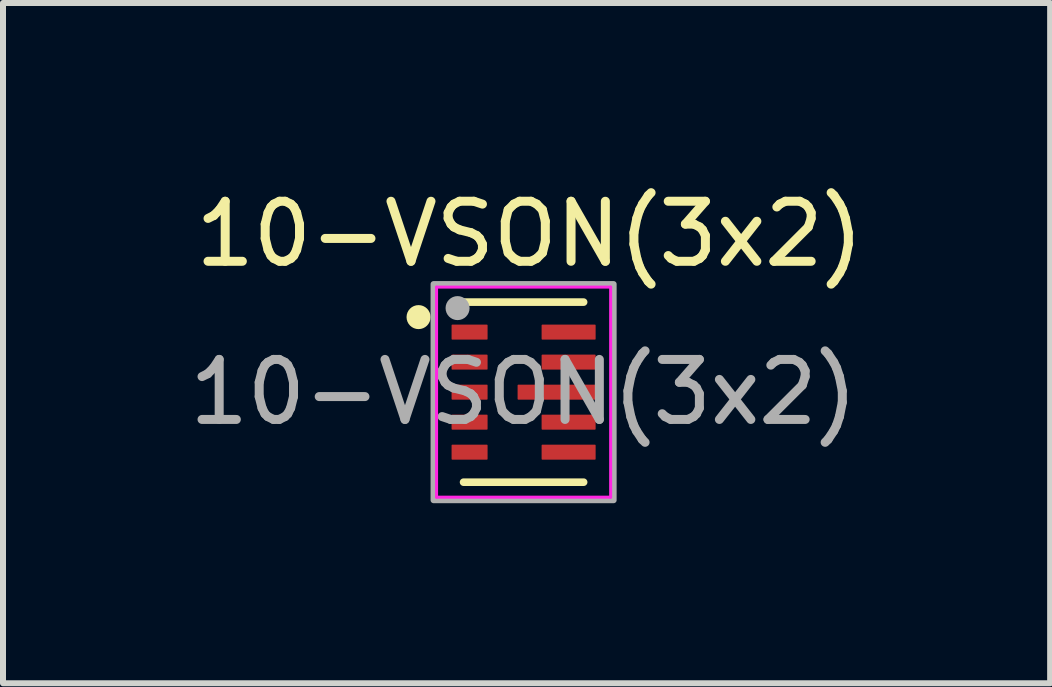
<source format=kicad_pcb>
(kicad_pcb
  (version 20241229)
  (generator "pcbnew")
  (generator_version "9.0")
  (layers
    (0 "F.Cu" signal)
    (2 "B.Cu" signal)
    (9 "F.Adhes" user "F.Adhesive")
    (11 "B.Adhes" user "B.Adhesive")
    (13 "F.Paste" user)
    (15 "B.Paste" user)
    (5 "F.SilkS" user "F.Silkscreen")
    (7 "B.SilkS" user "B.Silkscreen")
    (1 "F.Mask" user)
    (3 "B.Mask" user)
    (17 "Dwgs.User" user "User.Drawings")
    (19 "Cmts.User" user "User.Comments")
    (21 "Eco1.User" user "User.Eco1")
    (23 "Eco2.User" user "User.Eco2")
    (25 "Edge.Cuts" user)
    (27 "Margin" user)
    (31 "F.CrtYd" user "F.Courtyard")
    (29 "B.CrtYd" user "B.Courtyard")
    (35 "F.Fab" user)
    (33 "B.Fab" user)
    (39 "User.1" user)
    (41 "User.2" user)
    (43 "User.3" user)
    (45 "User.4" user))
  (footprint "10-VSON(3x2)"
    (layer "F.Cu")
    (at 5.673 3.483)
    (property "Reference" "10-VSON(3x2)" (at 0.1 -2.635 0) (layer "F.SilkS") (effects (font (size 1 1) (thickness 0.15))))
    (attr smd)
    (fp_poly (pts (xy -0.53 -1.075) (xy -0.53 -0.925) (xy -0.53 -0.919) (xy -0.531 -0.912) (xy -0.531 -0.906) (xy -0.533 -0.9) (xy -0.534 -0.894) (xy -0.536 -0.888) (xy -0.538 -0.882) (xy -0.54 -0.876) (xy -0.543 -0.871) (xy -0.546 -0.865) (xy -0.549 -0.86) (xy -0.553 -0.854) (xy -0.557 -0.849) (xy -0.561 -0.845) (xy -0.565 -0.84) (xy -0.57 -0.836) (xy -0.574 -0.832) (xy -0.579 -0.828) (xy -0.585 -0.824) (xy -0.59 -0.821) (xy -0.596 -0.818) (xy -0.601 -0.815) (xy -0.607 -0.813) (xy -0.613 -0.811) (xy -0.619 -0.809) (xy -0.625 -0.808) (xy -0.631 -0.806) (xy -0.637 -0.806) (xy -0.644 -0.805) (xy -0.65 -0.805) (xy -1.15 -0.805) (xy -1.156 -0.805) (xy -1.163 -0.806) (xy -1.169 -0.806) (xy -1.175 -0.808) (xy -1.181 -0.809) (xy -1.187 -0.811) (xy -1.193 -0.813) (xy -1.199 -0.815) (xy -1.204 -0.818) (xy -1.21 -0.821) (xy -1.215 -0.824) (xy -1.221 -0.828) (xy -1.226 -0.832) (xy -1.23 -0.836) (xy -1.235 -0.84) (xy -1.239 -0.845) (xy -1.243 -0.849) (xy -1.247 -0.854) (xy -1.251 -0.86) (xy -1.254 -0.865) (xy -1.257 -0.871) (xy -1.26 -0.876) (xy -1.262 -0.882) (xy -1.264 -0.888) (xy -1.266 -0.894) (xy -1.267 -0.9) (xy -1.269 -0.906) (xy -1.269 -0.912) (xy -1.27 -0.919) (xy -1.27 -0.925) (xy -1.27 -1.075) (xy -1.27 -1.081) (xy -1.269 -1.088) (xy -1.269 -1.094) (xy -1.267 -1.1) (xy -1.266 -1.106) (xy -1.264 -1.112) (xy -1.262 -1.118) (xy -1.26 -1.124) (xy -1.257 -1.129) (xy -1.254 -1.135) (xy -1.251 -1.14) (xy -1.247 -1.146) (xy -1.243 -1.151) (xy -1.239 -1.155) (xy -1.235 -1.16) (xy -1.23 -1.164) (xy -1.226 -1.168) (xy -1.221 -1.172) (xy -1.215 -1.176) (xy -1.21 -1.179) (xy -1.204 -1.182) (xy -1.199 -1.185) (xy -1.193 -1.187) (xy -1.187 -1.189) (xy -1.181 -1.191) (xy -1.175 -1.192) (xy -1.169 -1.194) (xy -1.163 -1.194) (xy -1.156 -1.195) (xy -1.15 -1.195) (xy -0.65 -1.195) (xy -0.644 -1.195) (xy -0.637 -1.194) (xy -0.631 -1.194) (xy -0.625 -1.192) (xy -0.619 -1.191) (xy -0.613 -1.189) (xy -0.607 -1.187) (xy -0.601 -1.185) (xy -0.596 -1.182) (xy -0.59 -1.179) (xy -0.585 -1.176) (xy -0.579 -1.172) (xy -0.574 -1.168) (xy -0.57 -1.164) (xy -0.565 -1.16) (xy -0.561 -1.155) (xy -0.557 -1.151) (xy -0.553 -1.146) (xy -0.549 -1.14) (xy -0.546 -1.135) (xy -0.543 -1.129) (xy -0.54 -1.124) (xy -0.538 -1.118) (xy -0.536 -1.112) (xy -0.534 -1.106) (xy -0.533 -1.1) (xy -0.531 -1.094) (xy -0.531 -1.088) (xy -0.53 -1.081) (xy -0.53 -1.075)) (stroke (width 0.01) (type solid)) (fill yes) (layer "F.Mask"))
    (fp_poly (pts (xy -0.53 -0.575) (xy -0.53 -0.425) (xy -0.53 -0.419) (xy -0.531 -0.412) (xy -0.531 -0.406) (xy -0.533 -0.4) (xy -0.534 -0.394) (xy -0.536 -0.388) (xy -0.538 -0.382) (xy -0.54 -0.376) (xy -0.543 -0.371) (xy -0.546 -0.365) (xy -0.549 -0.36) (xy -0.553 -0.354) (xy -0.557 -0.349) (xy -0.561 -0.345) (xy -0.565 -0.34) (xy -0.57 -0.336) (xy -0.574 -0.332) (xy -0.579 -0.328) (xy -0.585 -0.324) (xy -0.59 -0.321) (xy -0.596 -0.318) (xy -0.601 -0.315) (xy -0.607 -0.313) (xy -0.613 -0.311) (xy -0.619 -0.309) (xy -0.625 -0.308) (xy -0.631 -0.306) (xy -0.637 -0.306) (xy -0.644 -0.305) (xy -0.65 -0.305) (xy -1.15 -0.305) (xy -1.156 -0.305) (xy -1.163 -0.306) (xy -1.169 -0.306) (xy -1.175 -0.308) (xy -1.181 -0.309) (xy -1.187 -0.311) (xy -1.193 -0.313) (xy -1.199 -0.315) (xy -1.204 -0.318) (xy -1.21 -0.321) (xy -1.215 -0.324) (xy -1.221 -0.328) (xy -1.226 -0.332) (xy -1.23 -0.336) (xy -1.235 -0.34) (xy -1.239 -0.345) (xy -1.243 -0.349) (xy -1.247 -0.354) (xy -1.251 -0.36) (xy -1.254 -0.365) (xy -1.257 -0.371) (xy -1.26 -0.376) (xy -1.262 -0.382) (xy -1.264 -0.388) (xy -1.266 -0.394) (xy -1.267 -0.4) (xy -1.269 -0.406) (xy -1.269 -0.412) (xy -1.27 -0.419) (xy -1.27 -0.425) (xy -1.27 -0.575) (xy -1.27 -0.581) (xy -1.269 -0.588) (xy -1.269 -0.594) (xy -1.267 -0.6) (xy -1.266 -0.606) (xy -1.264 -0.612) (xy -1.262 -0.618) (xy -1.26 -0.624) (xy -1.257 -0.629) (xy -1.254 -0.635) (xy -1.251 -0.64) (xy -1.247 -0.646) (xy -1.243 -0.651) (xy -1.239 -0.655) (xy -1.235 -0.66) (xy -1.23 -0.664) (xy -1.226 -0.668) (xy -1.221 -0.672) (xy -1.215 -0.676) (xy -1.21 -0.679) (xy -1.204 -0.682) (xy -1.199 -0.685) (xy -1.193 -0.687) (xy -1.187 -0.689) (xy -1.181 -0.691) (xy -1.175 -0.692) (xy -1.169 -0.694) (xy -1.163 -0.694) (xy -1.156 -0.695) (xy -1.15 -0.695) (xy -0.65 -0.695) (xy -0.644 -0.695) (xy -0.637 -0.694) (xy -0.631 -0.694) (xy -0.625 -0.692) (xy -0.619 -0.691) (xy -0.613 -0.689) (xy -0.607 -0.687) (xy -0.601 -0.685) (xy -0.596 -0.682) (xy -0.59 -0.679) (xy -0.585 -0.676) (xy -0.579 -0.672) (xy -0.574 -0.668) (xy -0.57 -0.664) (xy -0.565 -0.66) (xy -0.561 -0.655) (xy -0.557 -0.651) (xy -0.553 -0.646) (xy -0.549 -0.64) (xy -0.546 -0.635) (xy -0.543 -0.629) (xy -0.54 -0.624) (xy -0.538 -0.618) (xy -0.536 -0.612) (xy -0.534 -0.606) (xy -0.533 -0.6) (xy -0.531 -0.594) (xy -0.531 -0.588) (xy -0.53 -0.581) (xy -0.53 -0.575)) (stroke (width 0.01) (type solid)) (fill yes) (layer "F.Mask"))
    (fp_poly (pts (xy -0.53 -0.075) (xy -0.53 0.075) (xy -0.53 0.081) (xy -0.531 0.088) (xy -0.531 0.094) (xy -0.533 0.1) (xy -0.534 0.106) (xy -0.536 0.112) (xy -0.538 0.118) (xy -0.54 0.124) (xy -0.543 0.129) (xy -0.546 0.135) (xy -0.549 0.14) (xy -0.553 0.146) (xy -0.557 0.151) (xy -0.561 0.155) (xy -0.565 0.16) (xy -0.57 0.164) (xy -0.574 0.168) (xy -0.579 0.172) (xy -0.585 0.176) (xy -0.59 0.179) (xy -0.596 0.182) (xy -0.601 0.185) (xy -0.607 0.187) (xy -0.613 0.189) (xy -0.619 0.191) (xy -0.625 0.192) (xy -0.631 0.194) (xy -0.637 0.194) (xy -0.644 0.195) (xy -0.65 0.195) (xy -1.15 0.195) (xy -1.156 0.195) (xy -1.163 0.194) (xy -1.169 0.194) (xy -1.175 0.192) (xy -1.181 0.191) (xy -1.187 0.189) (xy -1.193 0.187) (xy -1.199 0.185) (xy -1.204 0.182) (xy -1.21 0.179) (xy -1.215 0.176) (xy -1.221 0.172) (xy -1.226 0.168) (xy -1.23 0.164) (xy -1.235 0.16) (xy -1.239 0.155) (xy -1.243 0.151) (xy -1.247 0.146) (xy -1.251 0.14) (xy -1.254 0.135) (xy -1.257 0.129) (xy -1.26 0.124) (xy -1.262 0.118) (xy -1.264 0.112) (xy -1.266 0.106) (xy -1.267 0.1) (xy -1.269 0.094) (xy -1.269 0.088) (xy -1.27 0.081) (xy -1.27 0.075) (xy -1.27 -0.075) (xy -1.27 -0.081) (xy -1.269 -0.088) (xy -1.269 -0.094) (xy -1.267 -0.1) (xy -1.266 -0.106) (xy -1.264 -0.112) (xy -1.262 -0.118) (xy -1.26 -0.124) (xy -1.257 -0.129) (xy -1.254 -0.135) (xy -1.251 -0.14) (xy -1.247 -0.146) (xy -1.243 -0.151) (xy -1.239 -0.155) (xy -1.235 -0.16) (xy -1.23 -0.164) (xy -1.226 -0.168) (xy -1.221 -0.172) (xy -1.215 -0.176) (xy -1.21 -0.179) (xy -1.204 -0.182) (xy -1.199 -0.185) (xy -1.193 -0.187) (xy -1.187 -0.189) (xy -1.181 -0.191) (xy -1.175 -0.192) (xy -1.169 -0.194) (xy -1.163 -0.194) (xy -1.156 -0.195) (xy -1.15 -0.195) (xy -0.65 -0.195) (xy -0.644 -0.195) (xy -0.637 -0.194) (xy -0.631 -0.194) (xy -0.625 -0.192) (xy -0.619 -0.191) (xy -0.613 -0.189) (xy -0.607 -0.187) (xy -0.601 -0.185) (xy -0.596 -0.182) (xy -0.59 -0.179) (xy -0.585 -0.176) (xy -0.579 -0.172) (xy -0.574 -0.168) (xy -0.57 -0.164) (xy -0.565 -0.16) (xy -0.561 -0.155) (xy -0.557 -0.151) (xy -0.553 -0.146) (xy -0.549 -0.14) (xy -0.546 -0.135) (xy -0.543 -0.129) (xy -0.54 -0.124) (xy -0.538 -0.118) (xy -0.536 -0.112) (xy -0.534 -0.106) (xy -0.533 -0.1) (xy -0.531 -0.094) (xy -0.531 -0.088) (xy -0.53 -0.081) (xy -0.53 -0.075)) (stroke (width 0.01) (type solid)) (fill yes) (layer "F.Mask"))
    (fp_poly (pts (xy -0.53 0.425) (xy -0.53 0.575) (xy -0.53 0.581) (xy -0.531 0.588) (xy -0.531 0.594) (xy -0.533 0.6) (xy -0.534 0.606) (xy -0.536 0.612) (xy -0.538 0.618) (xy -0.54 0.624) (xy -0.543 0.629) (xy -0.546 0.635) (xy -0.549 0.64) (xy -0.553 0.646) (xy -0.557 0.651) (xy -0.561 0.655) (xy -0.565 0.66) (xy -0.57 0.664) (xy -0.574 0.668) (xy -0.579 0.672) (xy -0.585 0.676) (xy -0.59 0.679) (xy -0.596 0.682) (xy -0.601 0.685) (xy -0.607 0.687) (xy -0.613 0.689) (xy -0.619 0.691) (xy -0.625 0.692) (xy -0.631 0.694) (xy -0.637 0.694) (xy -0.644 0.695) (xy -0.65 0.695) (xy -1.15 0.695) (xy -1.156 0.695) (xy -1.163 0.694) (xy -1.169 0.694) (xy -1.175 0.692) (xy -1.181 0.691) (xy -1.187 0.689) (xy -1.193 0.687) (xy -1.199 0.685) (xy -1.204 0.682) (xy -1.21 0.679) (xy -1.215 0.676) (xy -1.221 0.672) (xy -1.226 0.668) (xy -1.23 0.664) (xy -1.235 0.66) (xy -1.239 0.655) (xy -1.243 0.651) (xy -1.247 0.646) (xy -1.251 0.64) (xy -1.254 0.635) (xy -1.257 0.629) (xy -1.26 0.624) (xy -1.262 0.618) (xy -1.264 0.612) (xy -1.266 0.606) (xy -1.267 0.6) (xy -1.269 0.594) (xy -1.269 0.588) (xy -1.27 0.581) (xy -1.27 0.575) (xy -1.27 0.425) (xy -1.27 0.419) (xy -1.269 0.412) (xy -1.269 0.406) (xy -1.267 0.4) (xy -1.266 0.394) (xy -1.264 0.388) (xy -1.262 0.382) (xy -1.26 0.376) (xy -1.257 0.371) (xy -1.254 0.365) (xy -1.251 0.36) (xy -1.247 0.354) (xy -1.243 0.349) (xy -1.239 0.345) (xy -1.235 0.34) (xy -1.23 0.336) (xy -1.226 0.332) (xy -1.221 0.328) (xy -1.215 0.324) (xy -1.21 0.321) (xy -1.204 0.318) (xy -1.199 0.315) (xy -1.193 0.313) (xy -1.187 0.311) (xy -1.181 0.309) (xy -1.175 0.308) (xy -1.169 0.306) (xy -1.163 0.306) (xy -1.156 0.305) (xy -1.15 0.305) (xy -0.65 0.305) (xy -0.644 0.305) (xy -0.637 0.306) (xy -0.631 0.306) (xy -0.625 0.308) (xy -0.619 0.309) (xy -0.613 0.311) (xy -0.607 0.313) (xy -0.601 0.315) (xy -0.596 0.318) (xy -0.59 0.321) (xy -0.585 0.324) (xy -0.579 0.328) (xy -0.574 0.332) (xy -0.57 0.336) (xy -0.565 0.34) (xy -0.561 0.345) (xy -0.557 0.349) (xy -0.553 0.354) (xy -0.549 0.36) (xy -0.546 0.365) (xy -0.543 0.371) (xy -0.54 0.376) (xy -0.538 0.382) (xy -0.536 0.388) (xy -0.534 0.394) (xy -0.533 0.4) (xy -0.531 0.406) (xy -0.531 0.412) (xy -0.53 0.419) (xy -0.53 0.425)) (stroke (width 0.01) (type solid)) (fill yes) (layer "F.Mask"))
    (fp_poly (pts (xy -0.53 0.925) (xy -0.53 1.075) (xy -0.53 1.081) (xy -0.531 1.088) (xy -0.531 1.094) (xy -0.533 1.1) (xy -0.534 1.106) (xy -0.536 1.112) (xy -0.538 1.118) (xy -0.54 1.124) (xy -0.543 1.129) (xy -0.546 1.135) (xy -0.549 1.14) (xy -0.553 1.146) (xy -0.557 1.151) (xy -0.561 1.155) (xy -0.565 1.16) (xy -0.57 1.164) (xy -0.574 1.168) (xy -0.579 1.172) (xy -0.585 1.176) (xy -0.59 1.179) (xy -0.596 1.182) (xy -0.601 1.185) (xy -0.607 1.187) (xy -0.613 1.189) (xy -0.619 1.191) (xy -0.625 1.192) (xy -0.631 1.194) (xy -0.637 1.194) (xy -0.644 1.195) (xy -0.65 1.195) (xy -1.15 1.195) (xy -1.156 1.195) (xy -1.163 1.194) (xy -1.169 1.194) (xy -1.175 1.192) (xy -1.181 1.191) (xy -1.187 1.189) (xy -1.193 1.187) (xy -1.199 1.185) (xy -1.204 1.182) (xy -1.21 1.179) (xy -1.215 1.176) (xy -1.221 1.172) (xy -1.226 1.168) (xy -1.23 1.164) (xy -1.235 1.16) (xy -1.239 1.155) (xy -1.243 1.151) (xy -1.247 1.146) (xy -1.251 1.14) (xy -1.254 1.135) (xy -1.257 1.129) (xy -1.26 1.124) (xy -1.262 1.118) (xy -1.264 1.112) (xy -1.266 1.106) (xy -1.267 1.1) (xy -1.269 1.094) (xy -1.269 1.088) (xy -1.27 1.081) (xy -1.27 1.075) (xy -1.27 0.925) (xy -1.27 0.919) (xy -1.269 0.912) (xy -1.269 0.906) (xy -1.267 0.9) (xy -1.266 0.894) (xy -1.264 0.888) (xy -1.262 0.882) (xy -1.26 0.876) (xy -1.257 0.871) (xy -1.254 0.865) (xy -1.251 0.86) (xy -1.247 0.854) (xy -1.243 0.849) (xy -1.239 0.845) (xy -1.235 0.84) (xy -1.23 0.836) (xy -1.226 0.832) (xy -1.221 0.828) (xy -1.215 0.824) (xy -1.21 0.821) (xy -1.204 0.818) (xy -1.199 0.815) (xy -1.193 0.813) (xy -1.187 0.811) (xy -1.181 0.809) (xy -1.175 0.808) (xy -1.169 0.806) (xy -1.163 0.806) (xy -1.156 0.805) (xy -1.15 0.805) (xy -0.65 0.805) (xy -0.644 0.805) (xy -0.637 0.806) (xy -0.631 0.806) (xy -0.625 0.808) (xy -0.619 0.809) (xy -0.613 0.811) (xy -0.607 0.813) (xy -0.601 0.815) (xy -0.596 0.818) (xy -0.59 0.821) (xy -0.585 0.824) (xy -0.579 0.828) (xy -0.574 0.832) (xy -0.57 0.836) (xy -0.565 0.84) (xy -0.561 0.845) (xy -0.557 0.849) (xy -0.553 0.854) (xy -0.549 0.86) (xy -0.546 0.865) (xy -0.543 0.871) (xy -0.54 0.876) (xy -0.538 0.882) (xy -0.536 0.888) (xy -0.534 0.894) (xy -0.533 0.9) (xy -0.531 0.906) (xy -0.531 0.912) (xy -0.53 0.919) (xy -0.53 0.925)) (stroke (width 0.01) (type solid)) (fill yes) (layer "F.Mask"))
    (fp_poly (pts (xy 1.27 -1.075) (xy 1.27 -0.925) (xy 1.27 -0.919) (xy 1.269 -0.912) (xy 1.269 -0.906) (xy 1.267 -0.9) (xy 1.266 -0.894) (xy 1.264 -0.888) (xy 1.262 -0.882) (xy 1.26 -0.876) (xy 1.257 -0.871) (xy 1.254 -0.865) (xy 1.251 -0.86) (xy 1.247 -0.854) (xy 1.243 -0.849) (xy 1.239 -0.845) (xy 1.235 -0.84) (xy 1.23 -0.836) (xy 1.226 -0.832) (xy 1.221 -0.828) (xy 1.215 -0.824) (xy 1.21 -0.821) (xy 1.204 -0.818) (xy 1.199 -0.815) (xy 1.193 -0.813) (xy 1.187 -0.811) (xy 1.181 -0.809) (xy 1.175 -0.808) (xy 1.169 -0.806) (xy 1.163 -0.806) (xy 1.156 -0.805) (xy 1.15 -0.805) (xy 0.35 -0.805) (xy 0.344 -0.805) (xy 0.337 -0.806) (xy 0.331 -0.806) (xy 0.325 -0.808) (xy 0.319 -0.809) (xy 0.313 -0.811) (xy 0.307 -0.813) (xy 0.301 -0.815) (xy 0.296 -0.818) (xy 0.29 -0.821) (xy 0.285 -0.824) (xy 0.279 -0.828) (xy 0.274 -0.832) (xy 0.27 -0.836) (xy 0.265 -0.84) (xy 0.261 -0.845) (xy 0.257 -0.849) (xy 0.253 -0.854) (xy 0.249 -0.86) (xy 0.246 -0.865) (xy 0.243 -0.871) (xy 0.24 -0.876) (xy 0.238 -0.882) (xy 0.236 -0.888) (xy 0.234 -0.894) (xy 0.233 -0.9) (xy 0.231 -0.906) (xy 0.231 -0.912) (xy 0.23 -0.919) (xy 0.23 -0.925) (xy 0.23 -1.075) (xy 0.23 -1.081) (xy 0.231 -1.088) (xy 0.231 -1.094) (xy 0.233 -1.1) (xy 0.234 -1.106) (xy 0.236 -1.112) (xy 0.238 -1.118) (xy 0.24 -1.124) (xy 0.243 -1.129) (xy 0.246 -1.135) (xy 0.249 -1.14) (xy 0.253 -1.146) (xy 0.257 -1.151) (xy 0.261 -1.155) (xy 0.265 -1.16) (xy 0.27 -1.164) (xy 0.274 -1.168) (xy 0.279 -1.172) (xy 0.285 -1.176) (xy 0.29 -1.179) (xy 0.296 -1.182) (xy 0.301 -1.185) (xy 0.307 -1.187) (xy 0.313 -1.189) (xy 0.319 -1.191) (xy 0.325 -1.192) (xy 0.331 -1.194) (xy 0.337 -1.194) (xy 0.344 -1.195) (xy 0.35 -1.195) (xy 1.15 -1.195) (xy 1.156 -1.195) (xy 1.163 -1.194) (xy 1.169 -1.194) (xy 1.175 -1.192) (xy 1.181 -1.191) (xy 1.187 -1.189) (xy 1.193 -1.187) (xy 1.199 -1.185) (xy 1.204 -1.182) (xy 1.21 -1.179) (xy 1.215 -1.176) (xy 1.221 -1.172) (xy 1.226 -1.168) (xy 1.23 -1.164) (xy 1.235 -1.16) (xy 1.239 -1.155) (xy 1.243 -1.151) (xy 1.247 -1.146) (xy 1.251 -1.14) (xy 1.254 -1.135) (xy 1.257 -1.129) (xy 1.26 -1.124) (xy 1.262 -1.118) (xy 1.264 -1.112) (xy 1.266 -1.106) (xy 1.267 -1.1) (xy 1.269 -1.094) (xy 1.269 -1.088) (xy 1.27 -1.081) (xy 1.27 -1.075)) (stroke (width 0.01) (type solid)) (fill yes) (layer "F.Mask"))
    (fp_poly (pts (xy 1.27 -0.575) (xy 1.27 -0.425) (xy 1.27 -0.419) (xy 1.269 -0.412) (xy 1.269 -0.406) (xy 1.267 -0.4) (xy 1.266 -0.394) (xy 1.264 -0.388) (xy 1.262 -0.382) (xy 1.26 -0.376) (xy 1.257 -0.371) (xy 1.254 -0.365) (xy 1.251 -0.36) (xy 1.247 -0.354) (xy 1.243 -0.349) (xy 1.239 -0.345) (xy 1.235 -0.34) (xy 1.23 -0.336) (xy 1.226 -0.332) (xy 1.221 -0.328) (xy 1.215 -0.324) (xy 1.21 -0.321) (xy 1.204 -0.318) (xy 1.199 -0.315) (xy 1.193 -0.313) (xy 1.187 -0.311) (xy 1.181 -0.309) (xy 1.175 -0.308) (xy 1.169 -0.306) (xy 1.163 -0.306) (xy 1.156 -0.305) (xy 1.15 -0.305) (xy 0.35 -0.305) (xy 0.344 -0.305) (xy 0.337 -0.306) (xy 0.331 -0.306) (xy 0.325 -0.308) (xy 0.319 -0.309) (xy 0.313 -0.311) (xy 0.307 -0.313) (xy 0.301 -0.315) (xy 0.296 -0.318) (xy 0.29 -0.321) (xy 0.285 -0.324) (xy 0.279 -0.328) (xy 0.274 -0.332) (xy 0.27 -0.336) (xy 0.265 -0.34) (xy 0.261 -0.345) (xy 0.257 -0.349) (xy 0.253 -0.354) (xy 0.249 -0.36) (xy 0.246 -0.365) (xy 0.243 -0.371) (xy 0.24 -0.376) (xy 0.238 -0.382) (xy 0.236 -0.388) (xy 0.234 -0.394) (xy 0.233 -0.4) (xy 0.231 -0.406) (xy 0.231 -0.412) (xy 0.23 -0.419) (xy 0.23 -0.425) (xy 0.23 -0.575) (xy 0.23 -0.581) (xy 0.231 -0.588) (xy 0.231 -0.594) (xy 0.233 -0.6) (xy 0.234 -0.606) (xy 0.236 -0.612) (xy 0.238 -0.618) (xy 0.24 -0.624) (xy 0.243 -0.629) (xy 0.246 -0.635) (xy 0.249 -0.64) (xy 0.253 -0.646) (xy 0.257 -0.651) (xy 0.261 -0.655) (xy 0.265 -0.66) (xy 0.27 -0.664) (xy 0.274 -0.668) (xy 0.279 -0.672) (xy 0.285 -0.676) (xy 0.29 -0.679) (xy 0.296 -0.682) (xy 0.301 -0.685) (xy 0.307 -0.687) (xy 0.313 -0.689) (xy 0.319 -0.691) (xy 0.325 -0.692) (xy 0.331 -0.694) (xy 0.337 -0.694) (xy 0.344 -0.695) (xy 0.35 -0.695) (xy 1.15 -0.695) (xy 1.156 -0.695) (xy 1.163 -0.694) (xy 1.169 -0.694) (xy 1.175 -0.692) (xy 1.181 -0.691) (xy 1.187 -0.689) (xy 1.193 -0.687) (xy 1.199 -0.685) (xy 1.204 -0.682) (xy 1.21 -0.679) (xy 1.215 -0.676) (xy 1.221 -0.672) (xy 1.226 -0.668) (xy 1.23 -0.664) (xy 1.235 -0.66) (xy 1.239 -0.655) (xy 1.243 -0.651) (xy 1.247 -0.646) (xy 1.251 -0.64) (xy 1.254 -0.635) (xy 1.257 -0.629) (xy 1.26 -0.624) (xy 1.262 -0.618) (xy 1.264 -0.612) (xy 1.266 -0.606) (xy 1.267 -0.6) (xy 1.269 -0.594) (xy 1.269 -0.588) (xy 1.27 -0.581) (xy 1.27 -0.575)) (stroke (width 0.01) (type solid)) (fill yes) (layer "F.Mask"))
    (fp_poly (pts (xy 1.27 -0.075) (xy 1.27 0.075) (xy 1.27 0.081) (xy 1.269 0.088) (xy 1.269 0.094) (xy 1.267 0.1) (xy 1.266 0.106) (xy 1.264 0.112) (xy 1.262 0.118) (xy 1.26 0.124) (xy 1.257 0.129) (xy 1.254 0.135) (xy 1.251 0.14) (xy 1.247 0.146) (xy 1.243 0.151) (xy 1.239 0.155) (xy 1.235 0.16) (xy 1.23 0.164) (xy 1.226 0.168) (xy 1.221 0.172) (xy 1.215 0.176) (xy 1.21 0.179) (xy 1.204 0.182) (xy 1.199 0.185) (xy 1.193 0.187) (xy 1.187 0.189) (xy 1.181 0.191) (xy 1.175 0.192) (xy 1.169 0.194) (xy 1.163 0.194) (xy 1.156 0.195) (xy 1.15 0.195) (xy -0.05 0.195) (xy -0.056 0.195) (xy -0.063 0.194) (xy -0.069 0.194) (xy -0.075 0.192) (xy -0.081 0.191) (xy -0.087 0.189) (xy -0.093 0.187) (xy -0.099 0.185) (xy -0.104 0.182) (xy -0.11 0.179) (xy -0.115 0.176) (xy -0.121 0.172) (xy -0.126 0.168) (xy -0.13 0.164) (xy -0.135 0.16) (xy -0.139 0.155) (xy -0.143 0.151) (xy -0.147 0.146) (xy -0.151 0.14) (xy -0.154 0.135) (xy -0.157 0.129) (xy -0.16 0.124) (xy -0.162 0.118) (xy -0.164 0.112) (xy -0.166 0.106) (xy -0.167 0.1) (xy -0.169 0.094) (xy -0.169 0.088) (xy -0.17 0.081) (xy -0.17 0.075) (xy -0.17 -0.075) (xy -0.17 -0.081) (xy -0.169 -0.088) (xy -0.169 -0.094) (xy -0.167 -0.1) (xy -0.166 -0.106) (xy -0.164 -0.112) (xy -0.162 -0.118) (xy -0.16 -0.124) (xy -0.157 -0.129) (xy -0.154 -0.135) (xy -0.151 -0.14) (xy -0.147 -0.146) (xy -0.143 -0.151) (xy -0.139 -0.155) (xy -0.135 -0.16) (xy -0.13 -0.164) (xy -0.126 -0.168) (xy -0.121 -0.172) (xy -0.115 -0.176) (xy -0.11 -0.179) (xy -0.104 -0.182) (xy -0.099 -0.185) (xy -0.093 -0.187) (xy -0.087 -0.189) (xy -0.081 -0.191) (xy -0.075 -0.192) (xy -0.069 -0.194) (xy -0.063 -0.194) (xy -0.056 -0.195) (xy -0.05 -0.195) (xy 1.15 -0.195) (xy 1.156 -0.195) (xy 1.163 -0.194) (xy 1.169 -0.194) (xy 1.175 -0.192) (xy 1.181 -0.191) (xy 1.187 -0.189) (xy 1.193 -0.187) (xy 1.199 -0.185) (xy 1.204 -0.182) (xy 1.21 -0.179) (xy 1.215 -0.176) (xy 1.221 -0.172) (xy 1.226 -0.168) (xy 1.23 -0.164) (xy 1.235 -0.16) (xy 1.239 -0.155) (xy 1.243 -0.151) (xy 1.247 -0.146) (xy 1.251 -0.14) (xy 1.254 -0.135) (xy 1.257 -0.129) (xy 1.26 -0.124) (xy 1.262 -0.118) (xy 1.264 -0.112) (xy 1.266 -0.106) (xy 1.267 -0.1) (xy 1.269 -0.094) (xy 1.269 -0.088) (xy 1.27 -0.081) (xy 1.27 -0.075)) (stroke (width 0.01) (type solid)) (fill yes) (layer "F.Mask"))
    (fp_poly (pts (xy 1.27 0.425) (xy 1.27 0.575) (xy 1.27 0.581) (xy 1.269 0.588) (xy 1.269 0.594) (xy 1.267 0.6) (xy 1.266 0.606) (xy 1.264 0.612) (xy 1.262 0.618) (xy 1.26 0.624) (xy 1.257 0.629) (xy 1.254 0.635) (xy 1.251 0.64) (xy 1.247 0.646) (xy 1.243 0.651) (xy 1.239 0.655) (xy 1.235 0.66) (xy 1.23 0.664) (xy 1.226 0.668) (xy 1.221 0.672) (xy 1.215 0.676) (xy 1.21 0.679) (xy 1.204 0.682) (xy 1.199 0.685) (xy 1.193 0.687) (xy 1.187 0.689) (xy 1.181 0.691) (xy 1.175 0.692) (xy 1.169 0.694) (xy 1.163 0.694) (xy 1.156 0.695) (xy 1.15 0.695) (xy 0.35 0.695) (xy 0.344 0.695) (xy 0.337 0.694) (xy 0.331 0.694) (xy 0.325 0.692) (xy 0.319 0.691) (xy 0.313 0.689) (xy 0.307 0.687) (xy 0.301 0.685) (xy 0.296 0.682) (xy 0.29 0.679) (xy 0.285 0.676) (xy 0.279 0.672) (xy 0.274 0.668) (xy 0.27 0.664) (xy 0.265 0.66) (xy 0.261 0.655) (xy 0.257 0.651) (xy 0.253 0.646) (xy 0.249 0.64) (xy 0.246 0.635) (xy 0.243 0.629) (xy 0.24 0.624) (xy 0.238 0.618) (xy 0.236 0.612) (xy 0.234 0.606) (xy 0.233 0.6) (xy 0.231 0.594) (xy 0.231 0.588) (xy 0.23 0.581) (xy 0.23 0.575) (xy 0.23 0.425) (xy 0.23 0.419) (xy 0.231 0.412) (xy 0.231 0.406) (xy 0.233 0.4) (xy 0.234 0.394) (xy 0.236 0.388) (xy 0.238 0.382) (xy 0.24 0.376) (xy 0.243 0.371) (xy 0.246 0.365) (xy 0.249 0.36) (xy 0.253 0.354) (xy 0.257 0.349) (xy 0.261 0.345) (xy 0.265 0.34) (xy 0.27 0.336) (xy 0.274 0.332) (xy 0.279 0.328) (xy 0.285 0.324) (xy 0.29 0.321) (xy 0.296 0.318) (xy 0.301 0.315) (xy 0.307 0.313) (xy 0.313 0.311) (xy 0.319 0.309) (xy 0.325 0.308) (xy 0.331 0.306) (xy 0.337 0.306) (xy 0.344 0.305) (xy 0.35 0.305) (xy 1.15 0.305) (xy 1.156 0.305) (xy 1.163 0.306) (xy 1.169 0.306) (xy 1.175 0.308) (xy 1.181 0.309) (xy 1.187 0.311) (xy 1.193 0.313) (xy 1.199 0.315) (xy 1.204 0.318) (xy 1.21 0.321) (xy 1.215 0.324) (xy 1.221 0.328) (xy 1.226 0.332) (xy 1.23 0.336) (xy 1.235 0.34) (xy 1.239 0.345) (xy 1.243 0.349) (xy 1.247 0.354) (xy 1.251 0.36) (xy 1.254 0.365) (xy 1.257 0.371) (xy 1.26 0.376) (xy 1.262 0.382) (xy 1.264 0.388) (xy 1.266 0.394) (xy 1.267 0.4) (xy 1.269 0.406) (xy 1.269 0.412) (xy 1.27 0.419) (xy 1.27 0.425)) (stroke (width 0.01) (type solid)) (fill yes) (layer "F.Mask"))
    (fp_poly (pts (xy 1.27 0.925) (xy 1.27 1.075) (xy 1.27 1.081) (xy 1.269 1.088) (xy 1.269 1.094) (xy 1.267 1.1) (xy 1.266 1.106) (xy 1.264 1.112) (xy 1.262 1.118) (xy 1.26 1.124) (xy 1.257 1.129) (xy 1.254 1.135) (xy 1.251 1.14) (xy 1.247 1.146) (xy 1.243 1.151) (xy 1.239 1.155) (xy 1.235 1.16) (xy 1.23 1.164) (xy 1.226 1.168) (xy 1.221 1.172) (xy 1.215 1.176) (xy 1.21 1.179) (xy 1.204 1.182) (xy 1.199 1.185) (xy 1.193 1.187) (xy 1.187 1.189) (xy 1.181 1.191) (xy 1.175 1.192) (xy 1.169 1.194) (xy 1.163 1.194) (xy 1.156 1.195) (xy 1.15 1.195) (xy 0.35 1.195) (xy 0.344 1.195) (xy 0.337 1.194) (xy 0.331 1.194) (xy 0.325 1.192) (xy 0.319 1.191) (xy 0.313 1.189) (xy 0.307 1.187) (xy 0.301 1.185) (xy 0.296 1.182) (xy 0.29 1.179) (xy 0.285 1.176) (xy 0.279 1.172) (xy 0.274 1.168) (xy 0.27 1.164) (xy 0.265 1.16) (xy 0.261 1.155) (xy 0.257 1.151) (xy 0.253 1.146) (xy 0.249 1.14) (xy 0.246 1.135) (xy 0.243 1.129) (xy 0.24 1.124) (xy 0.238 1.118) (xy 0.236 1.112) (xy 0.234 1.106) (xy 0.233 1.1) (xy 0.231 1.094) (xy 0.231 1.088) (xy 0.23 1.081) (xy 0.23 1.075) (xy 0.23 0.925) (xy 0.23 0.919) (xy 0.231 0.912) (xy 0.231 0.906) (xy 0.233 0.9) (xy 0.234 0.894) (xy 0.236 0.888) (xy 0.238 0.882) (xy 0.24 0.876) (xy 0.243 0.871) (xy 0.246 0.865) (xy 0.249 0.86) (xy 0.253 0.854) (xy 0.257 0.849) (xy 0.261 0.845) (xy 0.265 0.84) (xy 0.27 0.836) (xy 0.274 0.832) (xy 0.279 0.828) (xy 0.285 0.824) (xy 0.29 0.821) (xy 0.296 0.818) (xy 0.301 0.815) (xy 0.307 0.813) (xy 0.313 0.811) (xy 0.319 0.809) (xy 0.325 0.808) (xy 0.331 0.806) (xy 0.337 0.806) (xy 0.344 0.805) (xy 0.35 0.805) (xy 1.15 0.805) (xy 1.156 0.805) (xy 1.163 0.806) (xy 1.169 0.806) (xy 1.175 0.808) (xy 1.181 0.809) (xy 1.187 0.811) (xy 1.193 0.813) (xy 1.199 0.815) (xy 1.204 0.818) (xy 1.21 0.821) (xy 1.215 0.824) (xy 1.221 0.828) (xy 1.226 0.832) (xy 1.23 0.836) (xy 1.235 0.84) (xy 1.239 0.845) (xy 1.243 0.849) (xy 1.247 0.854) (xy 1.251 0.86) (xy 1.254 0.865) (xy 1.257 0.871) (xy 1.26 0.876) (xy 1.262 0.882) (xy 1.264 0.888) (xy 1.266 0.894) (xy 1.267 0.9) (xy 1.269 0.906) (xy 1.269 0.912) (xy 1.27 0.919) (xy 1.27 0.925)) (stroke (width 0.01) (type solid)) (fill yes) (layer "F.Mask"))
    (fp_line (start -1 -1.5) (end 1 -1.5) (stroke (width 0.127) (type solid)) (layer "F.SilkS"))
    (fp_line (start -1 1.5) (end 1 1.5) (stroke (width 0.127) (type solid)) (layer "F.SilkS"))
    (fp_circle (center -1.75 -1.25) (end -1.65 -1.25) (stroke (width 0.2) (type solid)) (fill no) (layer "F.SilkS"))
    (fp_poly (pts (xy 0.4 0.125) (xy -0.05 0.125) (xy -0.053 0.125) (xy -0.055 0.125) (xy -0.058 0.124) (xy -0.06 0.124) (xy -0.063 0.123) (xy -0.065 0.123) (xy -0.068 0.122) (xy -0.07 0.121) (xy -0.073 0.12) (xy -0.075 0.118) (xy -0.077 0.117) (xy -0.079 0.115) (xy -0.081 0.114) (xy -0.083 0.112) (xy -0.085 0.11) (xy -0.087 0.108) (xy -0.089 0.106) (xy -0.09 0.104) (xy -0.092 0.102) (xy -0.093 0.1) (xy -0.095 0.098) (xy -0.096 0.095) (xy -0.097 0.093) (xy -0.098 0.09) (xy -0.098 0.088) (xy -0.099 0.085) (xy -0.099 0.083) (xy -0.1 0.08) (xy -0.1 0.078) (xy -0.1 0.075) (xy -0.1 -0.075) (xy -0.1 -0.078) (xy -0.1 -0.08) (xy -0.099 -0.083) (xy -0.099 -0.085) (xy -0.098 -0.088) (xy -0.098 -0.09) (xy -0.097 -0.093) (xy -0.096 -0.095) (xy -0.095 -0.098) (xy -0.093 -0.1) (xy -0.092 -0.102) (xy -0.09 -0.104) (xy -0.089 -0.106) (xy -0.087 -0.108) (xy -0.085 -0.11) (xy -0.083 -0.112) (xy -0.081 -0.114) (xy -0.079 -0.115) (xy -0.077 -0.117) (xy -0.075 -0.118) (xy -0.073 -0.12) (xy -0.07 -0.121) (xy -0.068 -0.122) (xy -0.065 -0.123) (xy -0.063 -0.123) (xy -0.06 -0.124) (xy -0.058 -0.124) (xy -0.055 -0.125) (xy -0.053 -0.125) (xy -0.05 -0.125) (xy 0.4 -0.125) (xy 0.403 -0.125) (xy 0.405 -0.125) (xy 0.408 -0.124) (xy 0.41 -0.124) (xy 0.413 -0.123) (xy 0.415 -0.123) (xy 0.418 -0.122) (xy 0.42 -0.121) (xy 0.423 -0.12) (xy 0.425 -0.118) (xy 0.427 -0.117) (xy 0.429 -0.115) (xy 0.431 -0.114) (xy 0.433 -0.112) (xy 0.435 -0.11) (xy 0.437 -0.108) (xy 0.439 -0.106) (xy 0.44 -0.104) (xy 0.442 -0.102) (xy 0.443 -0.1) (xy 0.445 -0.098) (xy 0.446 -0.095) (xy 0.447 -0.093) (xy 0.448 -0.09) (xy 0.448 -0.088) (xy 0.449 -0.085) (xy 0.449 -0.083) (xy 0.45 -0.08) (xy 0.45 -0.078) (xy 0.45 -0.075) (xy 0.45 0.075) (xy 0.45 0.078) (xy 0.45 0.08) (xy 0.449 0.083) (xy 0.449 0.085) (xy 0.448 0.088) (xy 0.448 0.09) (xy 0.447 0.093) (xy 0.446 0.095) (xy 0.445 0.098) (xy 0.443 0.1) (xy 0.442 0.102) (xy 0.44 0.104) (xy 0.439 0.106) (xy 0.437 0.108) (xy 0.435 0.11) (xy 0.433 0.112) (xy 0.431 0.114) (xy 0.429 0.115) (xy 0.427 0.117) (xy 0.425 0.118) (xy 0.423 0.12) (xy 0.42 0.121) (xy 0.418 0.122) (xy 0.415 0.123) (xy 0.413 0.123) (xy 0.41 0.124) (xy 0.408 0.124) (xy 0.405 0.125) (xy 0.403 0.125) (xy 0.4 0.125)) (stroke (width 0.01) (type solid)) (fill yes) (layer "F.Paste"))
    (fp_poly (pts (xy 1.15 0.125) (xy 0.7 0.125) (xy 0.697 0.125) (xy 0.695 0.125) (xy 0.692 0.124) (xy 0.69 0.124) (xy 0.687 0.123) (xy 0.685 0.123) (xy 0.682 0.122) (xy 0.68 0.121) (xy 0.677 0.12) (xy 0.675 0.118) (xy 0.673 0.117) (xy 0.671 0.115) (xy 0.669 0.114) (xy 0.667 0.112) (xy 0.665 0.11) (xy 0.663 0.108) (xy 0.661 0.106) (xy 0.66 0.104) (xy 0.658 0.102) (xy 0.657 0.1) (xy 0.655 0.098) (xy 0.654 0.095) (xy 0.653 0.093) (xy 0.652 0.09) (xy 0.652 0.088) (xy 0.651 0.085) (xy 0.651 0.083) (xy 0.65 0.08) (xy 0.65 0.078) (xy 0.65 0.075) (xy 0.65 -0.075) (xy 0.65 -0.078) (xy 0.65 -0.08) (xy 0.651 -0.083) (xy 0.651 -0.085) (xy 0.652 -0.088) (xy 0.652 -0.09) (xy 0.653 -0.093) (xy 0.654 -0.095) (xy 0.655 -0.098) (xy 0.657 -0.1) (xy 0.658 -0.102) (xy 0.66 -0.104) (xy 0.661 -0.106) (xy 0.663 -0.108) (xy 0.665 -0.11) (xy 0.667 -0.112) (xy 0.669 -0.114) (xy 0.671 -0.115) (xy 0.673 -0.117) (xy 0.675 -0.118) (xy 0.677 -0.12) (xy 0.68 -0.121) (xy 0.682 -0.122) (xy 0.685 -0.123) (xy 0.687 -0.123) (xy 0.69 -0.124) (xy 0.692 -0.124) (xy 0.695 -0.125) (xy 0.697 -0.125) (xy 0.7 -0.125) (xy 1.15 -0.125) (xy 1.153 -0.125) (xy 1.155 -0.125) (xy 1.158 -0.124) (xy 1.16 -0.124) (xy 1.163 -0.123) (xy 1.165 -0.123) (xy 1.168 -0.122) (xy 1.17 -0.121) (xy 1.173 -0.12) (xy 1.175 -0.118) (xy 1.177 -0.117) (xy 1.179 -0.115) (xy 1.181 -0.114) (xy 1.183 -0.112) (xy 1.185 -0.11) (xy 1.187 -0.108) (xy 1.189 -0.106) (xy 1.19 -0.104) (xy 1.192 -0.102) (xy 1.193 -0.1) (xy 1.195 -0.098) (xy 1.196 -0.095) (xy 1.197 -0.093) (xy 1.198 -0.09) (xy 1.198 -0.088) (xy 1.199 -0.085) (xy 1.199 -0.083) (xy 1.2 -0.08) (xy 1.2 -0.078) (xy 1.2 -0.075) (xy 1.2 0.075) (xy 1.2 0.078) (xy 1.2 0.08) (xy 1.199 0.083) (xy 1.199 0.085) (xy 1.198 0.088) (xy 1.198 0.09) (xy 1.197 0.093) (xy 1.196 0.095) (xy 1.195 0.098) (xy 1.193 0.1) (xy 1.192 0.102) (xy 1.19 0.104) (xy 1.189 0.106) (xy 1.187 0.108) (xy 1.185 0.11) (xy 1.183 0.112) (xy 1.181 0.114) (xy 1.179 0.115) (xy 1.177 0.117) (xy 1.175 0.118) (xy 1.173 0.12) (xy 1.17 0.121) (xy 1.168 0.122) (xy 1.165 0.123) (xy 1.163 0.123) (xy 1.16 0.124) (xy 1.158 0.124) (xy 1.155 0.125) (xy 1.153 0.125) (xy 1.15 0.125)) (stroke (width 0.01) (type solid)) (fill yes) (layer "F.Paste"))
    (fp_line (start -1.45 -1.75) (end -1.45 1.75) (stroke (width 0.05) (type solid)) (layer "F.CrtYd"))
    (fp_line (start -1.45 -1.75) (end 1.45 -1.75) (stroke (width 0.05) (type solid)) (layer "F.CrtYd"))
    (fp_line (start -1.45 1.75) (end 1.45 1.75) (stroke (width 0.05) (type solid)) (layer "F.CrtYd"))
    (fp_line (start 1.45 -1.75) (end 1.45 1.75) (stroke (width 0.05) (type solid)) (layer "F.CrtYd"))
    (fp_rect (start -1.5 -1.8) (end 1.5 1.8) (stroke (width 0.1) (type default)) (fill no) (layer "F.Fab"))
    (fp_circle (center -1.1 -1.4) (end -1 -1.4) (stroke (width 0.2) (type solid)) (fill no) (layer "F.Fab"))
    (fp_text user "${REFERENCE}" (at 0 0 0) (unlocked yes) (layer "F.Fab") (effects (font (size 1 1) (thickness 0.15))))
    (pad "1" smd roundrect (at -0.9 -1) (size 0.6 0.25) (layers "F.Cu" "F.Paste") (roundrect_rratio 0.05))
    (pad "2" smd roundrect (at -0.9 -0.5) (size 0.6 0.25) (layers "F.Cu" "F.Paste") (roundrect_rratio 0.05))
    (pad "3" smd roundrect (at -0.9 0) (size 0.6 0.25) (layers "F.Cu" "F.Paste") (roundrect_rratio 0.05))
    (pad "4" smd roundrect (at -0.9 0.5) (size 0.6 0.25) (layers "F.Cu" "F.Paste") (roundrect_rratio 0.05))
    (pad "5" smd roundrect (at -0.9 1) (size 0.6 0.25) (layers "F.Cu" "F.Paste") (roundrect_rratio 0.05))
    (pad "6" smd roundrect (at 0.75 1) (size 0.9 0.25) (layers "F.Cu" "F.Paste") (roundrect_rratio 0.05))
    (pad "7" smd roundrect (at 0.75 0.5) (size 0.9 0.25) (layers "F.Cu" "F.Paste") (roundrect_rratio 0.05))
    (pad "8" smd roundrect (at 0.55 0) (size 1.3 0.25) (layers "F.Cu") (roundrect_rratio 0.05))
    (pad "9" smd roundrect (at 0.75 -0.5) (size 0.9 0.25) (layers "F.Cu" "F.Paste") (roundrect_rratio 0.05))
    (pad "10" smd roundrect (at 0.75 -1) (size 0.9 0.25) (layers "F.Cu" "F.Paste") (roundrect_rratio 0.05)))
  (gr_rect
    (start -3 -3)
    (end 14.445 8.333)
    (stroke (width 0.1) (type default))
    (fill no)
    (layer "Edge.Cuts")))
</source>
